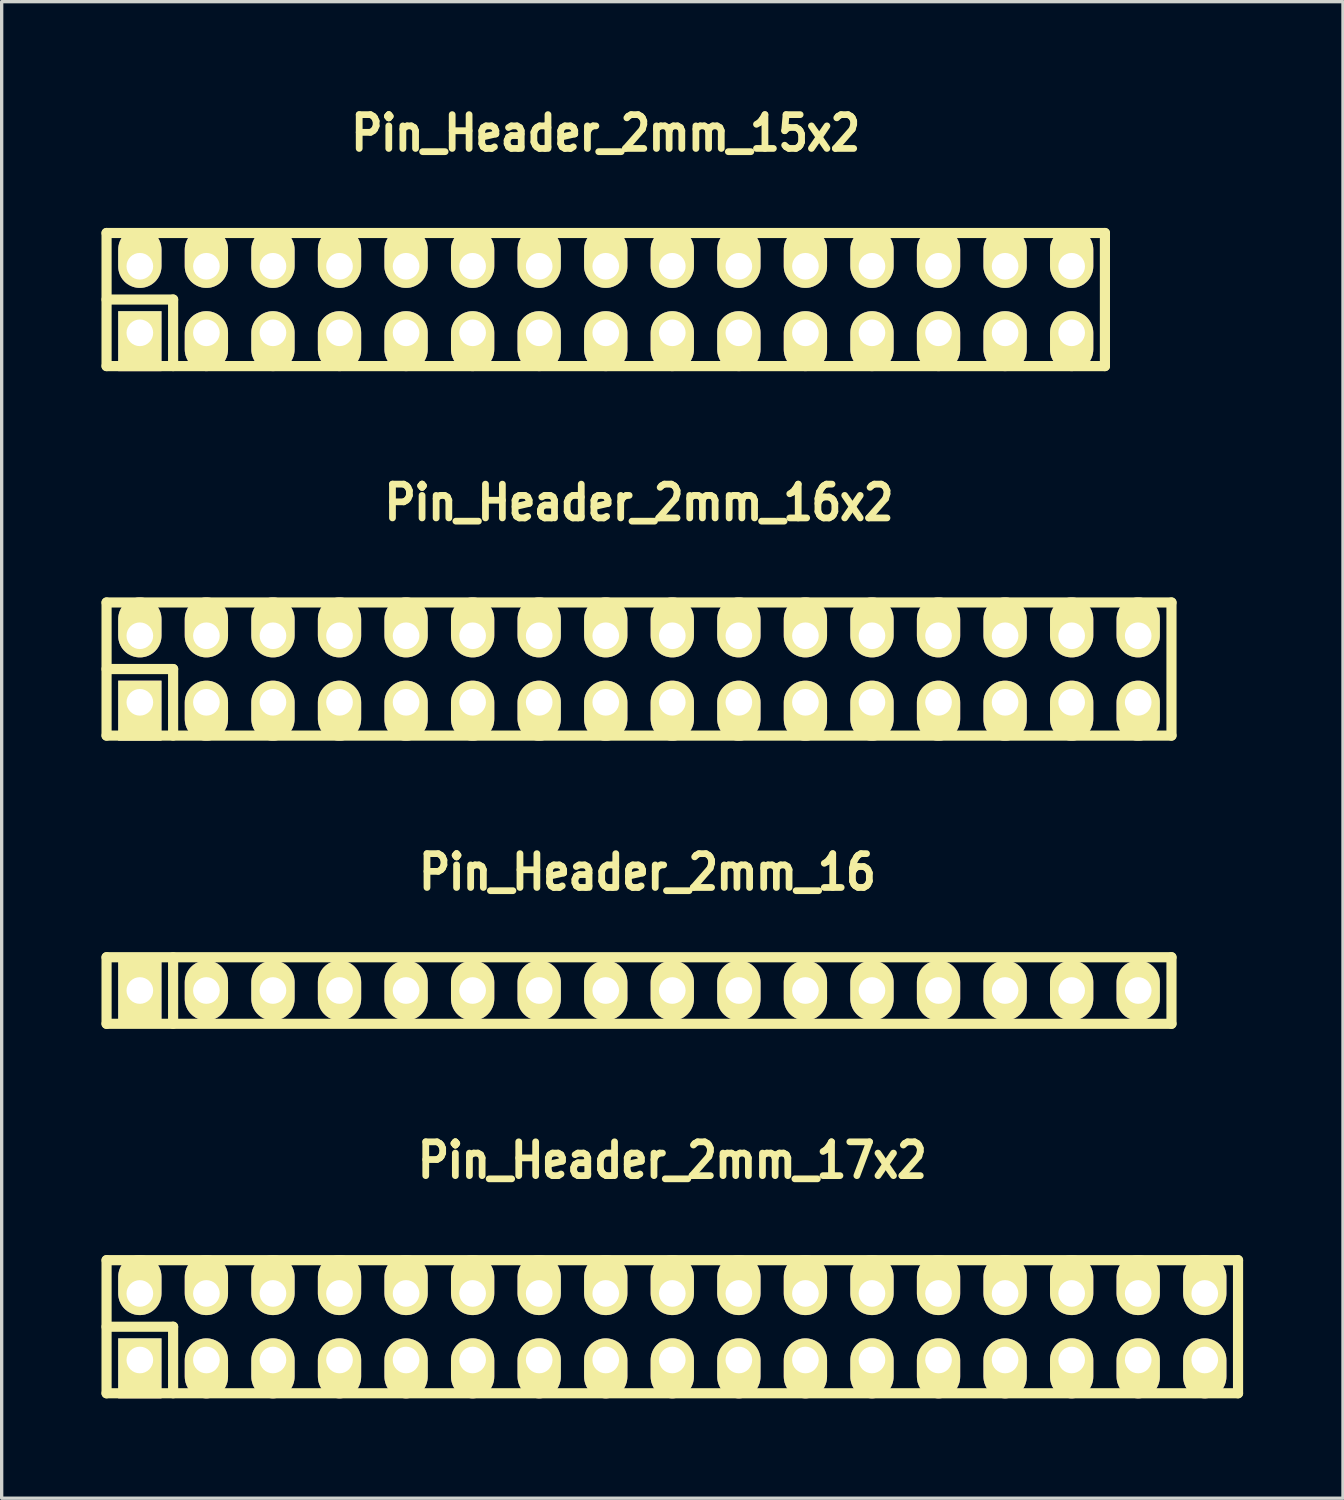
<source format=kicad_pcb>
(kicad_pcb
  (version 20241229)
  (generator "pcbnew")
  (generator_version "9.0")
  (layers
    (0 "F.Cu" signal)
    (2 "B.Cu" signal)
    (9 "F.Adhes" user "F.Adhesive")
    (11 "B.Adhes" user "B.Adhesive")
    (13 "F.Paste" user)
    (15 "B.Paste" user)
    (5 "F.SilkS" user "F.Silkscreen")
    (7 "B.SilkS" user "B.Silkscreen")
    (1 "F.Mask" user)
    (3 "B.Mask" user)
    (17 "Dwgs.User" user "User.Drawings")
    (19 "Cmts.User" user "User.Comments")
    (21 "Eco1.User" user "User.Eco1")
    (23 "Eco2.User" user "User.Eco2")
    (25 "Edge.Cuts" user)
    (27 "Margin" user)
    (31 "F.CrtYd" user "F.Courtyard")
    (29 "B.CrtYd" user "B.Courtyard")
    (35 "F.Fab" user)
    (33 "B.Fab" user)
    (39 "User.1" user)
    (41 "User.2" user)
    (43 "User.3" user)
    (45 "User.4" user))
  (footprint "Pin_Header_2mm_15x2"
    (layer "F.Cu")
    (at 15.152 5.951)
    (property "Reference" "Pin_Header_2mm_15x2" (at 0 -5 0) (layer "F.SilkS") (effects (font (size 1.016 0.889) (thickness 0.203))))
    (attr through_hole)
    (fp_line (start -15 -2) (end 15 -2) (stroke (width 0.305) (type solid)) (layer "F.SilkS"))
    (fp_line (start -15 0) (end -13 0) (stroke (width 0.305) (type solid)) (layer "F.SilkS"))
    (fp_line (start -15 2) (end -15 -2) (stroke (width 0.305) (type solid)) (layer "F.SilkS"))
    (fp_line (start -13 0) (end -13 2) (stroke (width 0.305) (type solid)) (layer "F.SilkS"))
    (fp_line (start 15 -2) (end 15 2) (stroke (width 0.305) (type solid)) (layer "F.SilkS"))
    (fp_line (start 15 2) (end -15 2) (stroke (width 0.305) (type solid)) (layer "F.SilkS"))
    (pad "1" thru_hole rect (at -14 1) (size 1.3 1.8) (drill 0.8 (offset 0 0.25)) (layers "*.Cu" "*.Mask" "F.SilkS"))
    (pad "2" thru_hole oval (at -14 -1) (size 1.3 1.8) (drill 0.8 (offset 0 -0.25)) (layers "*.Cu" "*.Mask" "F.SilkS"))
    (pad "3" thru_hole oval (at -12 1) (size 1.3 1.8) (drill 0.8 (offset 0 0.25)) (layers "*.Cu" "*.Mask" "F.SilkS"))
    (pad "4" thru_hole oval (at -12 -1) (size 1.3 1.8) (drill 0.8 (offset 0 -0.25)) (layers "*.Cu" "*.Mask" "F.SilkS"))
    (pad "5" thru_hole oval (at -10 1) (size 1.3 1.8) (drill 0.8 (offset 0 0.25)) (layers "*.Cu" "*.Mask" "F.SilkS"))
    (pad "6" thru_hole oval (at -10 -1) (size 1.3 1.8) (drill 0.8 (offset 0 -0.25)) (layers "*.Cu" "*.Mask" "F.SilkS"))
    (pad "7" thru_hole oval (at -8 1) (size 1.3 1.8) (drill 0.8 (offset 0 0.25)) (layers "*.Cu" "*.Mask" "F.SilkS"))
    (pad "8" thru_hole oval (at -8 -1) (size 1.3 1.8) (drill 0.8 (offset 0 -0.25)) (layers "*.Cu" "*.Mask" "F.SilkS"))
    (pad "9" thru_hole oval (at -6 1) (size 1.3 1.8) (drill 0.8 (offset 0 0.25)) (layers "*.Cu" "*.Mask" "F.SilkS"))
    (pad "10" thru_hole oval (at -6 -1) (size 1.3 1.8) (drill 0.8 (offset 0 -0.25)) (layers "*.Cu" "*.Mask" "F.SilkS"))
    (pad "11" thru_hole oval (at -4 1) (size 1.3 1.8) (drill 0.8 (offset 0 0.25)) (layers "*.Cu" "*.Mask" "F.SilkS"))
    (pad "12" thru_hole oval (at -4 -1) (size 1.3 1.8) (drill 0.8 (offset 0 -0.25)) (layers "*.Cu" "*.Mask" "F.SilkS"))
    (pad "13" thru_hole oval (at -2 1) (size 1.3 1.8) (drill 0.8 (offset 0 0.25)) (layers "*.Cu" "*.Mask" "F.SilkS"))
    (pad "14" thru_hole oval (at -2 -1) (size 1.3 1.8) (drill 0.8 (offset 0 -0.25)) (layers "*.Cu" "*.Mask" "F.SilkS"))
    (pad "15" thru_hole oval (at 0 1) (size 1.3 1.8) (drill 0.8 (offset 0 0.25)) (layers "*.Cu" "*.Mask" "F.SilkS"))
    (pad "16" thru_hole oval (at 0 -1) (size 1.3 1.8) (drill 0.8 (offset 0 -0.25)) (layers "*.Cu" "*.Mask" "F.SilkS"))
    (pad "17" thru_hole oval (at 2 1) (size 1.3 1.8) (drill 0.8 (offset 0 0.25)) (layers "*.Cu" "*.Mask" "F.SilkS"))
    (pad "18" thru_hole oval (at 2 -1) (size 1.3 1.8) (drill 0.8 (offset 0 -0.25)) (layers "*.Cu" "*.Mask" "F.SilkS"))
    (pad "19" thru_hole oval (at 4 1) (size 1.3 1.8) (drill 0.8 (offset 0 0.25)) (layers "*.Cu" "*.Mask" "F.SilkS"))
    (pad "20" thru_hole oval (at 4 -1) (size 1.3 1.8) (drill 0.8 (offset 0 -0.25)) (layers "*.Cu" "*.Mask" "F.SilkS"))
    (pad "21" thru_hole oval (at 6 1) (size 1.3 1.8) (drill 0.8 (offset 0 0.25)) (layers "*.Cu" "*.Mask" "F.SilkS"))
    (pad "22" thru_hole oval (at 6 -1) (size 1.3 1.8) (drill 0.8 (offset 0 -0.25)) (layers "*.Cu" "*.Mask" "F.SilkS"))
    (pad "23" thru_hole oval (at 8 1) (size 1.3 1.8) (drill 0.8 (offset 0 0.25)) (layers "*.Cu" "*.Mask" "F.SilkS"))
    (pad "24" thru_hole oval (at 8 -1) (size 1.3 1.8) (drill 0.8 (offset 0 -0.25)) (layers "*.Cu" "*.Mask" "F.SilkS"))
    (pad "25" thru_hole oval (at 10 1) (size 1.3 1.8) (drill 0.8 (offset 0 0.25)) (layers "*.Cu" "*.Mask" "F.SilkS"))
    (pad "26" thru_hole oval (at 10 -1) (size 1.3 1.8) (drill 0.8 (offset 0 -0.25)) (layers "*.Cu" "*.Mask" "F.SilkS"))
    (pad "27" thru_hole oval (at 12 1) (size 1.3 1.8) (drill 0.8 (offset 0 0.25)) (layers "*.Cu" "*.Mask" "F.SilkS"))
    (pad "28" thru_hole oval (at 12 -1) (size 1.3 1.8) (drill 0.8 (offset 0 -0.25)) (layers "*.Cu" "*.Mask" "F.SilkS"))
    (pad "29" thru_hole oval (at 14 1) (size 1.3 1.8) (drill 0.8 (offset 0 0.25)) (layers "*.Cu" "*.Mask" "F.SilkS"))
    (pad "30" thru_hole oval (at 14 -1) (size 1.3 1.8) (drill 0.8 (offset 0 -0.25)) (layers "*.Cu" "*.Mask" "F.SilkS")))
  (footprint "Pin_Header_2mm_17x2"
    (layer "F.Cu")
    (at 17.152 36.817)
    (property "Reference" "Pin_Header_2mm_17x2" (at 0 -5 0) (layer "F.SilkS") (effects (font (size 1.016 0.889) (thickness 0.203))))
    (attr through_hole)
    (fp_line (start -17 -2) (end 17 -2) (stroke (width 0.305) (type solid)) (layer "F.SilkS"))
    (fp_line (start -17 0) (end -15 0) (stroke (width 0.305) (type solid)) (layer "F.SilkS"))
    (fp_line (start -17 2) (end -17 -2) (stroke (width 0.305) (type solid)) (layer "F.SilkS"))
    (fp_line (start -15 0) (end -15 2) (stroke (width 0.305) (type solid)) (layer "F.SilkS"))
    (fp_line (start 17 -2) (end 17 2) (stroke (width 0.305) (type solid)) (layer "F.SilkS"))
    (fp_line (start 17 2) (end -17 2) (stroke (width 0.305) (type solid)) (layer "F.SilkS"))
    (pad "1" thru_hole rect (at -16 1) (size 1.3 1.8) (drill 0.8 (offset 0 0.25)) (layers "*.Cu" "*.Mask" "F.SilkS"))
    (pad "2" thru_hole oval (at -16 -1) (size 1.3 1.8) (drill 0.8 (offset 0 -0.25)) (layers "*.Cu" "*.Mask" "F.SilkS"))
    (pad "3" thru_hole oval (at -14 1) (size 1.3 1.8) (drill 0.8 (offset 0 0.25)) (layers "*.Cu" "*.Mask" "F.SilkS"))
    (pad "4" thru_hole oval (at -14 -1) (size 1.3 1.8) (drill 0.8 (offset 0 -0.25)) (layers "*.Cu" "*.Mask" "F.SilkS"))
    (pad "5" thru_hole oval (at -12 1) (size 1.3 1.8) (drill 0.8 (offset 0 0.25)) (layers "*.Cu" "*.Mask" "F.SilkS"))
    (pad "6" thru_hole oval (at -12 -1) (size 1.3 1.8) (drill 0.8 (offset 0 -0.25)) (layers "*.Cu" "*.Mask" "F.SilkS"))
    (pad "7" thru_hole oval (at -10 1) (size 1.3 1.8) (drill 0.8 (offset 0 0.25)) (layers "*.Cu" "*.Mask" "F.SilkS"))
    (pad "8" thru_hole oval (at -10 -1) (size 1.3 1.8) (drill 0.8 (offset 0 -0.25)) (layers "*.Cu" "*.Mask" "F.SilkS"))
    (pad "9" thru_hole oval (at -8 1) (size 1.3 1.8) (drill 0.8 (offset 0 0.25)) (layers "*.Cu" "*.Mask" "F.SilkS"))
    (pad "10" thru_hole oval (at -8 -1) (size 1.3 1.8) (drill 0.8 (offset 0 -0.25)) (layers "*.Cu" "*.Mask" "F.SilkS"))
    (pad "11" thru_hole oval (at -6 1) (size 1.3 1.8) (drill 0.8 (offset 0 0.25)) (layers "*.Cu" "*.Mask" "F.SilkS"))
    (pad "12" thru_hole oval (at -6 -1) (size 1.3 1.8) (drill 0.8 (offset 0 -0.25)) (layers "*.Cu" "*.Mask" "F.SilkS"))
    (pad "13" thru_hole oval (at -4 1) (size 1.3 1.8) (drill 0.8 (offset 0 0.25)) (layers "*.Cu" "*.Mask" "F.SilkS"))
    (pad "14" thru_hole oval (at -4 -1) (size 1.3 1.8) (drill 0.8 (offset 0 -0.25)) (layers "*.Cu" "*.Mask" "F.SilkS"))
    (pad "15" thru_hole oval (at -2 1) (size 1.3 1.8) (drill 0.8 (offset 0 0.25)) (layers "*.Cu" "*.Mask" "F.SilkS"))
    (pad "16" thru_hole oval (at -2 -1) (size 1.3 1.8) (drill 0.8 (offset 0 -0.25)) (layers "*.Cu" "*.Mask" "F.SilkS"))
    (pad "17" thru_hole oval (at 0 1) (size 1.3 1.8) (drill 0.8 (offset 0 0.25)) (layers "*.Cu" "*.Mask" "F.SilkS"))
    (pad "18" thru_hole oval (at 0 -1) (size 1.3 1.8) (drill 0.8 (offset 0 -0.25)) (layers "*.Cu" "*.Mask" "F.SilkS"))
    (pad "19" thru_hole oval (at 2 1) (size 1.3 1.8) (drill 0.8 (offset 0 0.25)) (layers "*.Cu" "*.Mask" "F.SilkS"))
    (pad "20" thru_hole oval (at 2 -1) (size 1.3 1.8) (drill 0.8 (offset 0 -0.25)) (layers "*.Cu" "*.Mask" "F.SilkS"))
    (pad "21" thru_hole oval (at 4 1) (size 1.3 1.8) (drill 0.8 (offset 0 0.25)) (layers "*.Cu" "*.Mask" "F.SilkS"))
    (pad "22" thru_hole oval (at 4 -1) (size 1.3 1.8) (drill 0.8 (offset 0 -0.25)) (layers "*.Cu" "*.Mask" "F.SilkS"))
    (pad "23" thru_hole oval (at 6 1) (size 1.3 1.8) (drill 0.8 (offset 0 0.25)) (layers "*.Cu" "*.Mask" "F.SilkS"))
    (pad "24" thru_hole oval (at 6 -1) (size 1.3 1.8) (drill 0.8 (offset 0 -0.25)) (layers "*.Cu" "*.Mask" "F.SilkS"))
    (pad "25" thru_hole oval (at 8 1) (size 1.3 1.8) (drill 0.8 (offset 0 0.25)) (layers "*.Cu" "*.Mask" "F.SilkS"))
    (pad "26" thru_hole oval (at 8 -1) (size 1.3 1.8) (drill 0.8 (offset 0 -0.25)) (layers "*.Cu" "*.Mask" "F.SilkS"))
    (pad "27" thru_hole oval (at 10 1) (size 1.3 1.8) (drill 0.8 (offset 0 0.25)) (layers "*.Cu" "*.Mask" "F.SilkS"))
    (pad "28" thru_hole oval (at 10 -1) (size 1.3 1.8) (drill 0.8 (offset 0 -0.25)) (layers "*.Cu" "*.Mask" "F.SilkS"))
    (pad "29" thru_hole oval (at 12 1) (size 1.3 1.8) (drill 0.8 (offset 0 0.25)) (layers "*.Cu" "*.Mask" "F.SilkS"))
    (pad "30" thru_hole oval (at 12 -1) (size 1.3 1.8) (drill 0.8 (offset 0 -0.25)) (layers "*.Cu" "*.Mask" "F.SilkS"))
    (pad "31" thru_hole oval (at 14 1) (size 1.3 1.8) (drill 0.8 (offset 0 0.25)) (layers "*.Cu" "*.Mask" "F.SilkS"))
    (pad "32" thru_hole oval (at 14 -1) (size 1.3 1.8) (drill 0.8 (offset 0 -0.25)) (layers "*.Cu" "*.Mask" "F.SilkS"))
    (pad "33" thru_hole oval (at 16 1) (size 1.3 1.8) (drill 0.8 (offset 0 0.25)) (layers "*.Cu" "*.Mask" "F.SilkS"))
    (pad "34" thru_hole oval (at 16 -1) (size 1.3 1.8) (drill 0.8 (offset 0 -0.25)) (layers "*.Cu" "*.Mask" "F.SilkS")))
  (footprint "Pin_Header_2mm_16x2"
    (layer "F.Cu")
    (at 16.152 17.054)
    (property "Reference" "Pin_Header_2mm_16x2" (at 0 -5 0) (layer "F.SilkS") (effects (font (size 1.016 0.889) (thickness 0.203))))
    (attr through_hole)
    (fp_line (start -16 -2) (end 16 -2) (stroke (width 0.305) (type solid)) (layer "F.SilkS"))
    (fp_line (start -16 0) (end -14 0) (stroke (width 0.305) (type solid)) (layer "F.SilkS"))
    (fp_line (start -16 2) (end -16 -2) (stroke (width 0.305) (type solid)) (layer "F.SilkS"))
    (fp_line (start -14 0) (end -14 2) (stroke (width 0.305) (type solid)) (layer "F.SilkS"))
    (fp_line (start 16 -2) (end 16 2) (stroke (width 0.305) (type solid)) (layer "F.SilkS"))
    (fp_line (start 16 2) (end -16 2) (stroke (width 0.305) (type solid)) (layer "F.SilkS"))
    (pad "1" thru_hole rect (at -15 1) (size 1.3 1.8) (drill 0.8 (offset 0 0.25)) (layers "*.Cu" "*.Mask" "F.SilkS"))
    (pad "2" thru_hole oval (at -15 -1) (size 1.3 1.8) (drill 0.8 (offset 0 -0.25)) (layers "*.Cu" "*.Mask" "F.SilkS"))
    (pad "3" thru_hole oval (at -13 1) (size 1.3 1.8) (drill 0.8 (offset 0 0.25)) (layers "*.Cu" "*.Mask" "F.SilkS"))
    (pad "4" thru_hole oval (at -13 -1) (size 1.3 1.8) (drill 0.8 (offset 0 -0.25)) (layers "*.Cu" "*.Mask" "F.SilkS"))
    (pad "5" thru_hole oval (at -11 1) (size 1.3 1.8) (drill 0.8 (offset 0 0.25)) (layers "*.Cu" "*.Mask" "F.SilkS"))
    (pad "6" thru_hole oval (at -11 -1) (size 1.3 1.8) (drill 0.8 (offset 0 -0.25)) (layers "*.Cu" "*.Mask" "F.SilkS"))
    (pad "7" thru_hole oval (at -9 1) (size 1.3 1.8) (drill 0.8 (offset 0 0.25)) (layers "*.Cu" "*.Mask" "F.SilkS"))
    (pad "8" thru_hole oval (at -9 -1) (size 1.3 1.8) (drill 0.8 (offset 0 -0.25)) (layers "*.Cu" "*.Mask" "F.SilkS"))
    (pad "9" thru_hole oval (at -7 1) (size 1.3 1.8) (drill 0.8 (offset 0 0.25)) (layers "*.Cu" "*.Mask" "F.SilkS"))
    (pad "10" thru_hole oval (at -7 -1) (size 1.3 1.8) (drill 0.8 (offset 0 -0.25)) (layers "*.Cu" "*.Mask" "F.SilkS"))
    (pad "11" thru_hole oval (at -5 1) (size 1.3 1.8) (drill 0.8 (offset 0 0.25)) (layers "*.Cu" "*.Mask" "F.SilkS"))
    (pad "12" thru_hole oval (at -5 -1) (size 1.3 1.8) (drill 0.8 (offset 0 -0.25)) (layers "*.Cu" "*.Mask" "F.SilkS"))
    (pad "13" thru_hole oval (at -3 1) (size 1.3 1.8) (drill 0.8 (offset 0 0.25)) (layers "*.Cu" "*.Mask" "F.SilkS"))
    (pad "14" thru_hole oval (at -3 -1) (size 1.3 1.8) (drill 0.8 (offset 0 -0.25)) (layers "*.Cu" "*.Mask" "F.SilkS"))
    (pad "15" thru_hole oval (at -1 1) (size 1.3 1.8) (drill 0.8 (offset 0 0.25)) (layers "*.Cu" "*.Mask" "F.SilkS"))
    (pad "16" thru_hole oval (at -1 -1) (size 1.3 1.8) (drill 0.8 (offset 0 -0.25)) (layers "*.Cu" "*.Mask" "F.SilkS"))
    (pad "17" thru_hole oval (at 1 1) (size 1.3 1.8) (drill 0.8 (offset 0 0.25)) (layers "*.Cu" "*.Mask" "F.SilkS"))
    (pad "18" thru_hole oval (at 1 -1) (size 1.3 1.8) (drill 0.8 (offset 0 -0.25)) (layers "*.Cu" "*.Mask" "F.SilkS"))
    (pad "19" thru_hole oval (at 3 1) (size 1.3 1.8) (drill 0.8 (offset 0 0.25)) (layers "*.Cu" "*.Mask" "F.SilkS"))
    (pad "20" thru_hole oval (at 3 -1) (size 1.3 1.8) (drill 0.8 (offset 0 -0.25)) (layers "*.Cu" "*.Mask" "F.SilkS"))
    (pad "21" thru_hole oval (at 5 1) (size 1.3 1.8) (drill 0.8 (offset 0 0.25)) (layers "*.Cu" "*.Mask" "F.SilkS"))
    (pad "22" thru_hole oval (at 5 -1) (size 1.3 1.8) (drill 0.8 (offset 0 -0.25)) (layers "*.Cu" "*.Mask" "F.SilkS"))
    (pad "23" thru_hole oval (at 7 1) (size 1.3 1.8) (drill 0.8 (offset 0 0.25)) (layers "*.Cu" "*.Mask" "F.SilkS"))
    (pad "24" thru_hole oval (at 7 -1) (size 1.3 1.8) (drill 0.8 (offset 0 -0.25)) (layers "*.Cu" "*.Mask" "F.SilkS"))
    (pad "25" thru_hole oval (at 9 1) (size 1.3 1.8) (drill 0.8 (offset 0 0.25)) (layers "*.Cu" "*.Mask" "F.SilkS"))
    (pad "26" thru_hole oval (at 9 -1) (size 1.3 1.8) (drill 0.8 (offset 0 -0.25)) (layers "*.Cu" "*.Mask" "F.SilkS"))
    (pad "27" thru_hole oval (at 11 1) (size 1.3 1.8) (drill 0.8 (offset 0 0.25)) (layers "*.Cu" "*.Mask" "F.SilkS"))
    (pad "28" thru_hole oval (at 11 -1) (size 1.3 1.8) (drill 0.8 (offset 0 -0.25)) (layers "*.Cu" "*.Mask" "F.SilkS"))
    (pad "29" thru_hole oval (at 13 1) (size 1.3 1.8) (drill 0.8 (offset 0 0.25)) (layers "*.Cu" "*.Mask" "F.SilkS"))
    (pad "30" thru_hole oval (at 13 -1) (size 1.3 1.8) (drill 0.8 (offset 0 -0.25)) (layers "*.Cu" "*.Mask" "F.SilkS"))
    (pad "31" thru_hole oval (at 15 1) (size 1.3 1.8) (drill 0.8 (offset 0 0.25)) (layers "*.Cu" "*.Mask" "F.SilkS"))
    (pad "32" thru_hole oval (at 15 -1) (size 1.3 1.8) (drill 0.8 (offset 0 -0.25)) (layers "*.Cu" "*.Mask" "F.SilkS")))
  (footprint "Pin_Header_2mm_16"
    (layer "F.Cu")
    (at 16.152 26.714)
    (property "Reference" "Pin_Header_2mm_16" (at 0.254 -3.556 0) (layer "F.SilkS") (effects (font (size 1.016 0.889) (thickness 0.203))))
    (attr through_hole)
    (fp_line (start -16 -1) (end 16 -1) (stroke (width 0.305) (type solid)) (layer "F.SilkS"))
    (fp_line (start -16 1) (end -16 -1) (stroke (width 0.305) (type solid)) (layer "F.SilkS"))
    (fp_line (start -14 -1) (end -14 1) (stroke (width 0.305) (type solid)) (layer "F.SilkS"))
    (fp_line (start 16 -1) (end 16 1) (stroke (width 0.305) (type solid)) (layer "F.SilkS"))
    (fp_line (start 16 1) (end -16 1) (stroke (width 0.305) (type solid)) (layer "F.SilkS"))
    (pad "1" thru_hole rect (at -15 0) (size 1.3 1.8) (drill 0.8) (layers "*.Cu" "*.Mask" "F.SilkS"))
    (pad "2" thru_hole oval (at -13 0) (size 1.3 1.8) (drill 0.8) (layers "*.Cu" "*.Mask" "F.SilkS"))
    (pad "3" thru_hole oval (at -11 0) (size 1.3 1.8) (drill 0.8) (layers "*.Cu" "*.Mask" "F.SilkS"))
    (pad "4" thru_hole oval (at -9 0) (size 1.3 1.8) (drill 0.8) (layers "*.Cu" "*.Mask" "F.SilkS"))
    (pad "5" thru_hole oval (at -7 0) (size 1.3 1.8) (drill 0.8) (layers "*.Cu" "*.Mask" "F.SilkS"))
    (pad "6" thru_hole oval (at -5 0) (size 1.3 1.8) (drill 0.8) (layers "*.Cu" "*.Mask" "F.SilkS"))
    (pad "7" thru_hole oval (at -3 0) (size 1.3 1.8) (drill 0.8) (layers "*.Cu" "*.Mask" "F.SilkS"))
    (pad "8" thru_hole oval (at -1 0) (size 1.3 1.8) (drill 0.8) (layers "*.Cu" "*.Mask" "F.SilkS"))
    (pad "9" thru_hole oval (at 1 0) (size 1.3 1.8) (drill 0.8) (layers "*.Cu" "*.Mask" "F.SilkS"))
    (pad "10" thru_hole oval (at 3 0) (size 1.3 1.8) (drill 0.8) (layers "*.Cu" "*.Mask" "F.SilkS"))
    (pad "11" thru_hole oval (at 5 0) (size 1.3 1.8) (drill 0.8) (layers "*.Cu" "*.Mask" "F.SilkS"))
    (pad "12" thru_hole oval (at 7 0) (size 1.3 1.8) (drill 0.8) (layers "*.Cu" "*.Mask" "F.SilkS"))
    (pad "13" thru_hole oval (at 9 0) (size 1.3 1.8) (drill 0.8) (layers "*.Cu" "*.Mask" "F.SilkS"))
    (pad "14" thru_hole oval (at 11 0) (size 1.3 1.8) (drill 0.8) (layers "*.Cu" "*.Mask" "F.SilkS"))
    (pad "15" thru_hole oval (at 13 0) (size 1.3 1.8) (drill 0.8) (layers "*.Cu" "*.Mask" "F.SilkS"))
    (pad "16" thru_hole oval (at 15 0) (size 1.3 1.8) (drill 0.8) (layers "*.Cu" "*.Mask" "F.SilkS")))
  (gr_rect
    (start -3 -3)
    (end 37.305 41.97)
    (stroke (width 0.1) (type default))
    (fill no)
    (layer "Edge.Cuts")))
</source>
